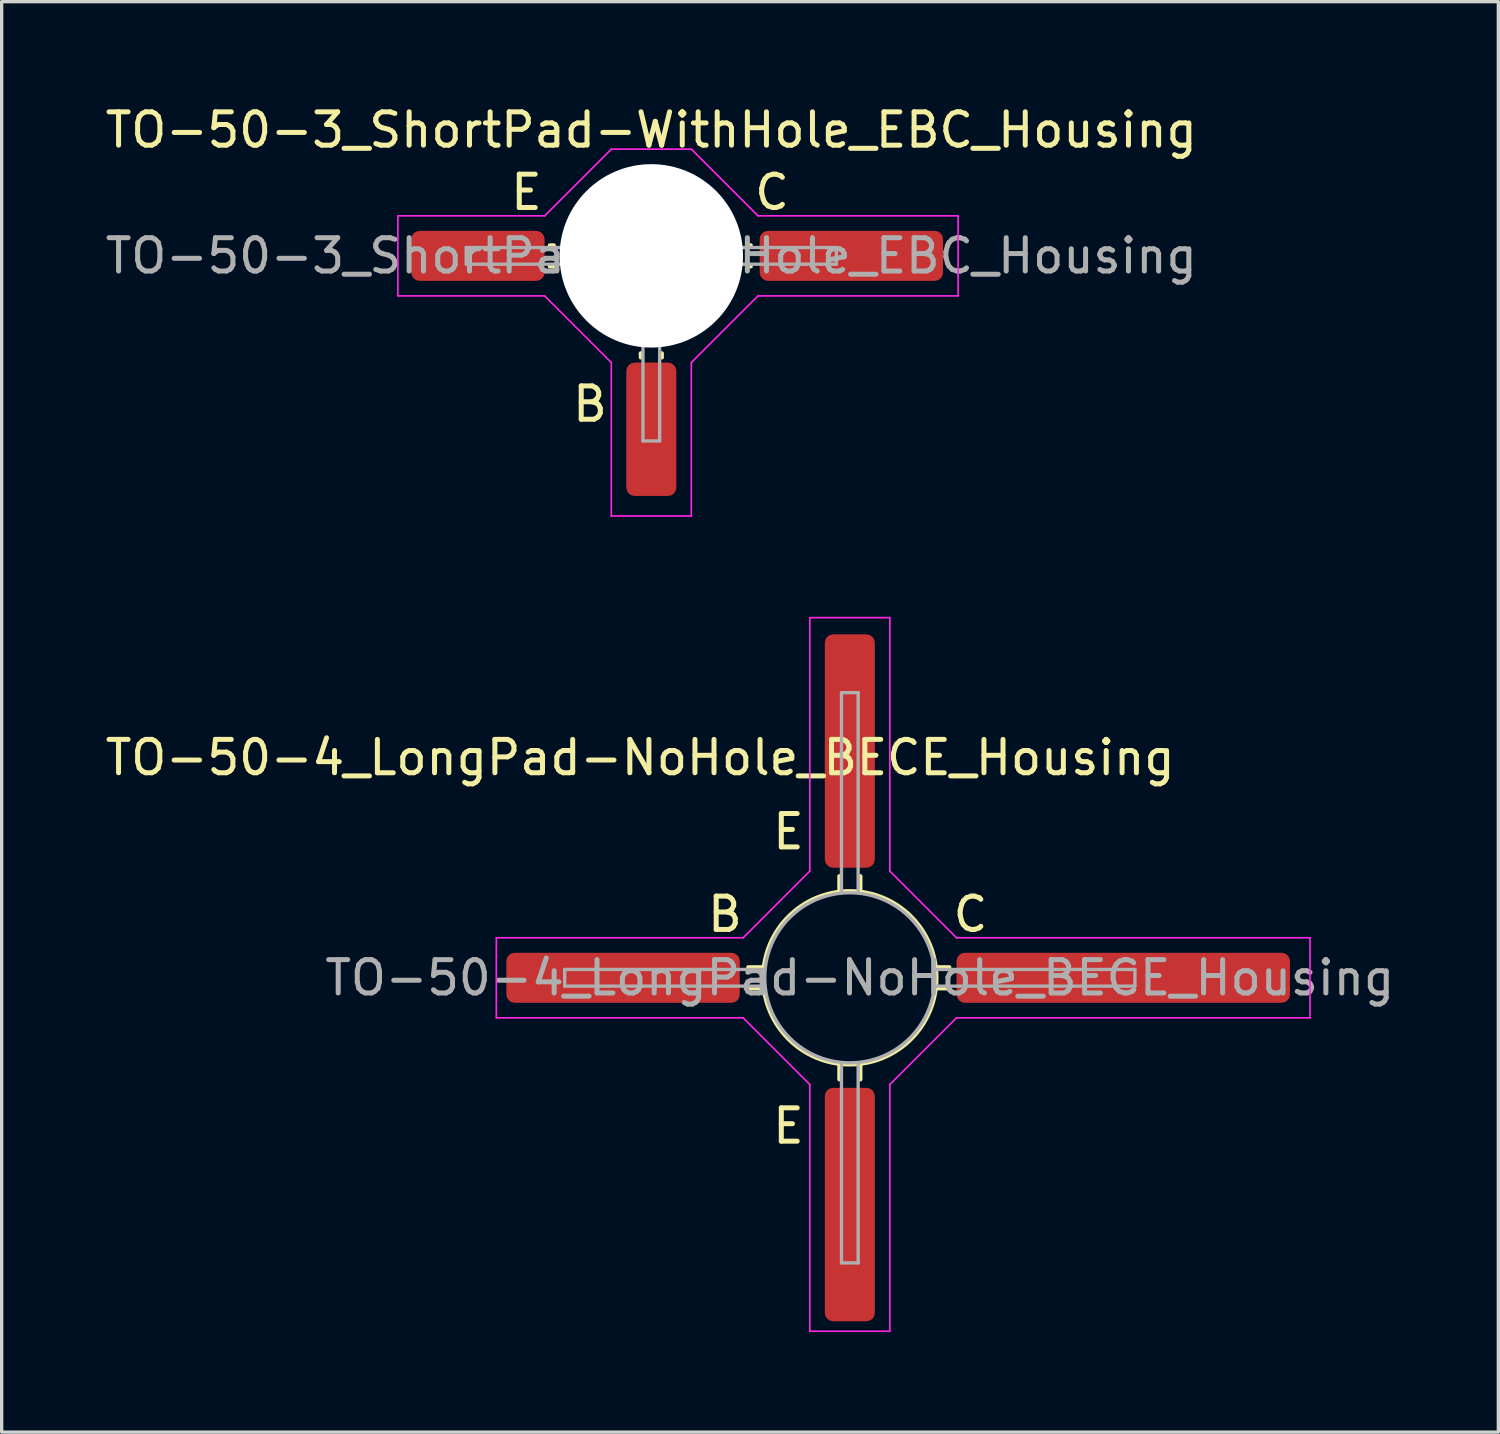
<source format=kicad_pcb>
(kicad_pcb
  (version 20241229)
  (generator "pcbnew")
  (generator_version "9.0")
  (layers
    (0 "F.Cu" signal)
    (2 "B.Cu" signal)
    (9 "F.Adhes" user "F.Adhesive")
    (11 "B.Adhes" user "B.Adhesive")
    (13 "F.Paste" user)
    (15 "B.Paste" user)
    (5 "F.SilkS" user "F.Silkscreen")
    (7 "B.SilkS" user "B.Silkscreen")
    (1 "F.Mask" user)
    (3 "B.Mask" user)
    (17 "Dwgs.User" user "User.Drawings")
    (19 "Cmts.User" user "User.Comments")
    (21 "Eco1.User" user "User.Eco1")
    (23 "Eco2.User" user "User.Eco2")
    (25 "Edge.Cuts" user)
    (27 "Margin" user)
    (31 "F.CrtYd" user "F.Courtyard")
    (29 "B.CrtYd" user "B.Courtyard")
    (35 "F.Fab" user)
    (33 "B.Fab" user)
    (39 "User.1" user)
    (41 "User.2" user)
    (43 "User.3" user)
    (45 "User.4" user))
  (footprint "TO-50-4_LongPad-NoHole_BECE_Housing"
    (layer "F.Cu")
    (at 22.435 26.273)
    (property "Reference" "TO-50-4_LongPad-NoHole_BECE_Housing" (at -6.287 -6.604 0) (layer "F.SilkS") (effects (font (size 1 1) (thickness 0.15))))
    (attr smd)
    (fp_line (start -2.602 -0.318) (end -3.046 -0.318) (stroke (width 0.12) (type solid)) (layer "F.SilkS"))
    (fp_line (start -2.602 0.318) (end -3.046 0.318) (stroke (width 0.12) (type solid)) (layer "F.SilkS"))
    (fp_line (start -0.316 -3.048) (end -0.316 -2.603) (stroke (width 0.12) (type solid)) (layer "F.SilkS"))
    (fp_line (start -0.316 2.603) (end -0.316 3.048) (stroke (width 0.12) (type solid)) (layer "F.SilkS"))
    (fp_line (start 0.319 -3.048) (end 0.319 -2.603) (stroke (width 0.12) (type solid)) (layer "F.SilkS"))
    (fp_line (start 0.319 2.603) (end 0.319 3.048) (stroke (width 0.12) (type solid)) (layer "F.SilkS"))
    (fp_line (start 2.603 -0.318) (end 2.985 -0.318) (stroke (width 0.12) (type solid)) (layer "F.SilkS"))
    (fp_line (start 2.603 0.318) (end 2.985 0.318) (stroke (width 0.12) (type solid)) (layer "F.SilkS"))
    (fp_circle (center 0 0) (end 0 -2.6) (stroke (width 0.12) (type solid)) (fill no) (layer "F.SilkS"))
    (fp_line (start -10.6 -1.2) (end -3.2 -1.2) (stroke (width 0.05) (type solid)) (layer "F.CrtYd"))
    (fp_line (start -10.6 1.2) (end -10.6 -1.2) (stroke (width 0.05) (type solid)) (layer "F.CrtYd"))
    (fp_line (start -3.2 -1.2) (end -1.2 -3.2) (stroke (width 0.05) (type solid)) (layer "F.CrtYd"))
    (fp_line (start -3.2 1.2) (end -10.6 1.2) (stroke (width 0.05) (type solid)) (layer "F.CrtYd"))
    (fp_line (start -1.2 -10.8) (end 1.2 -10.8) (stroke (width 0.05) (type solid)) (layer "F.CrtYd"))
    (fp_line (start -1.2 -3.2) (end -1.2 -10.8) (stroke (width 0.05) (type solid)) (layer "F.CrtYd"))
    (fp_line (start -1.2 3.2) (end -3.2 1.2) (stroke (width 0.05) (type solid)) (layer "F.CrtYd"))
    (fp_line (start -1.2 10.6) (end -1.2 3.2) (stroke (width 0.05) (type solid)) (layer "F.CrtYd"))
    (fp_line (start 1.2 -10.8) (end 1.2 -3.2) (stroke (width 0.05) (type solid)) (layer "F.CrtYd"))
    (fp_line (start 1.2 -3.2) (end 3.2 -1.2) (stroke (width 0.05) (type solid)) (layer "F.CrtYd"))
    (fp_line (start 1.2 3.2) (end 1.2 10.6) (stroke (width 0.05) (type solid)) (layer "F.CrtYd"))
    (fp_line (start 1.2 10.6) (end -1.2 10.6) (stroke (width 0.05) (type solid)) (layer "F.CrtYd"))
    (fp_line (start 3.2 -1.2) (end 13.8 -1.2) (stroke (width 0.05) (type solid)) (layer "F.CrtYd"))
    (fp_line (start 3.2 1.2) (end 1.2 3.2) (stroke (width 0.05) (type solid)) (layer "F.CrtYd"))
    (fp_line (start 13.8 -1.2) (end 13.8 1.2) (stroke (width 0.05) (type solid)) (layer "F.CrtYd"))
    (fp_line (start 13.8 1.2) (end 3.2 1.2) (stroke (width 0.05) (type solid)) (layer "F.CrtYd"))
    (fp_line (start -8.55 -0.25) (end -8.55 0.25) (stroke (width 0.1) (type solid)) (layer "F.Fab"))
    (fp_line (start -8.55 0.25) (end -2.55 0.25) (stroke (width 0.1) (type solid)) (layer "F.Fab"))
    (fp_line (start -2.55 -0.25) (end -8.55 -0.25) (stroke (width 0.1) (type solid)) (layer "F.Fab"))
    (fp_line (start -0.25 -8.55) (end -0.25 -2.55) (stroke (width 0.1) (type solid)) (layer "F.Fab"))
    (fp_line (start -0.25 2.55) (end -0.25 8.55) (stroke (width 0.1) (type solid)) (layer "F.Fab"))
    (fp_line (start -0.25 8.55) (end 0.25 8.55) (stroke (width 0.1) (type solid)) (layer "F.Fab"))
    (fp_line (start 0.25 -8.55) (end -0.25 -8.55) (stroke (width 0.1) (type solid)) (layer "F.Fab"))
    (fp_line (start 0.25 -2.55) (end 0.25 -8.55) (stroke (width 0.1) (type solid)) (layer "F.Fab"))
    (fp_line (start 0.25 8.55) (end 0.25 2.55) (stroke (width 0.1) (type solid)) (layer "F.Fab"))
    (fp_line (start 2.55 0.25) (end 8.55 0.25) (stroke (width 0.1) (type solid)) (layer "F.Fab"))
    (fp_line (start 8.55 -0.25) (end 2.55 -0.25) (stroke (width 0.1) (type solid)) (layer "F.Fab"))
    (fp_line (start 8.55 0.25) (end 8.55 -0.25) (stroke (width 0.1) (type solid)) (layer "F.Fab"))
    (fp_circle (center 0 0) (end 0.05 -2.55) (stroke (width 0.1) (type solid)) (fill no) (layer "F.Fab"))
    (fp_text user "E" (at -1.84 -4.381 0) (layer "F.SilkS") (effects (font (size 1 1) (thickness 0.15))))
    (fp_text user "C" (at 3.619 -1.905 0) (layer "F.SilkS") (effects (font (size 1 1) (thickness 0.15))))
    (fp_text user "E" (at -1.84 4.445 0) (layer "F.SilkS") (effects (font (size 1 1) (thickness 0.15))))
    (fp_text user "B" (at -3.745 -1.905 0) (layer "F.SilkS") (effects (font (size 1 1) (thickness 0.15))))
    (fp_text user "${REFERENCE}" (at 0.3 0 0) (layer "F.Fab") (effects (font (size 1 1) (thickness 0.15))))
    (pad "1" smd roundrect (at -6.8 0 270) (size 1.5 7) (layers "F.Cu" "F.Mask" "F.Paste") (roundrect_rratio 0.167))
    (pad "2" smd roundrect (at 0 6.8 270) (size 7 1.5) (layers "F.Cu" "F.Mask" "F.Paste") (roundrect_rratio 0.167))
    (pad "3" smd roundrect (at 8.2 0 270) (size 1.5 10) (layers "F.Cu" "F.Mask" "F.Paste") (roundrect_rratio 0.167))
    (pad "4" smd roundrect (at 0 -6.8 270) (size 7 1.5) (layers "F.Cu" "F.Mask" "F.Paste") (roundrect_rratio 0.167)))
  (footprint "TO-50-3_ShortPad-WithHole_EBC_Housing"
    (layer "F.Cu")
    (at 16.882 7.223)
    (property "Reference" "TO-50-3_ShortPad-WithHole_EBC_Housing" (at -0.4 -6.375 0) (layer "F.SilkS") (effects (font (size 1 1) (thickness 0.15))))
    (attr smd)
    (fp_line (start -3.321 -2.917) (end -3.446 -2.917) (stroke (width 0.12) (type solid)) (layer "F.SilkS"))
    (fp_line (start -3.321 -2.283) (end -3.446 -2.283) (stroke (width 0.12) (type solid)) (layer "F.SilkS"))
    (fp_line (start -0.718 0.321) (end -0.716 0.448) (stroke (width 0.12) (type solid)) (layer "F.SilkS"))
    (fp_line (start -0.083 0.321) (end -0.081 0.448) (stroke (width 0.12) (type solid)) (layer "F.SilkS"))
    (fp_line (start 2.521 -2.917) (end 2.584 -2.917) (stroke (width 0.12) (type solid)) (layer "F.SilkS"))
    (fp_line (start 2.521 -2.283) (end 2.584 -2.283) (stroke (width 0.12) (type solid)) (layer "F.SilkS"))
    (fp_line (start -8 -1.4) (end -8 -3.8) (stroke (width 0.05) (type solid)) (layer "F.CrtYd"))
    (fp_line (start -8 -1.4) (end -3.6 -1.4) (stroke (width 0.05) (type solid)) (layer "F.CrtYd"))
    (fp_line (start -3.6 -3.8) (end -8 -3.8) (stroke (width 0.05) (type solid)) (layer "F.CrtYd"))
    (fp_line (start -3.6 -3.8) (end -1.6 -5.8) (stroke (width 0.05) (type solid)) (layer "F.CrtYd"))
    (fp_line (start -1.6 -5.8) (end 0.8 -5.8) (stroke (width 0.05) (type solid)) (layer "F.CrtYd"))
    (fp_line (start -1.6 0.6) (end -3.6 -1.4) (stroke (width 0.05) (type solid)) (layer "F.CrtYd"))
    (fp_line (start -1.6 5.2) (end -1.6 0.6) (stroke (width 0.05) (type solid)) (layer "F.CrtYd"))
    (fp_line (start 0.8 -5.8) (end 2.8 -3.8) (stroke (width 0.05) (type solid)) (layer "F.CrtYd"))
    (fp_line (start 0.8 0.6) (end 0.8 5.2) (stroke (width 0.05) (type solid)) (layer "F.CrtYd"))
    (fp_line (start 0.8 5.2) (end -1.6 5.2) (stroke (width 0.05) (type solid)) (layer "F.CrtYd"))
    (fp_line (start 2.8 -3.8) (end 8.8 -3.8) (stroke (width 0.05) (type solid)) (layer "F.CrtYd"))
    (fp_line (start 2.8 -1.4) (end 0.8 0.6) (stroke (width 0.05) (type solid)) (layer "F.CrtYd"))
    (fp_line (start 8.8 -3.8) (end 8.8 -1.4) (stroke (width 0.05) (type solid)) (layer "F.CrtYd"))
    (fp_line (start 8.8 -1.4) (end 2.8 -1.4) (stroke (width 0.05) (type solid)) (layer "F.CrtYd"))
    (fp_line (start -5.95 -2.85) (end -5.95 -2.35) (stroke (width 0.1) (type solid)) (layer "F.Fab"))
    (fp_line (start -5.95 -2.35) (end -2.95 -2.35) (stroke (width 0.1) (type solid)) (layer "F.Fab"))
    (fp_line (start -2.95 -2.85) (end -5.95 -2.85) (stroke (width 0.1) (type solid)) (layer "F.Fab"))
    (fp_line (start -0.65 -0.05) (end -0.65 2.95) (stroke (width 0.1) (type solid)) (layer "F.Fab"))
    (fp_line (start -0.65 2.95) (end -0.15 2.95) (stroke (width 0.1) (type solid)) (layer "F.Fab"))
    (fp_line (start -0.15 2.95) (end -0.15 -0.05) (stroke (width 0.1) (type solid)) (layer "F.Fab"))
    (fp_line (start 2.15 -2.35) (end 5.15 -2.35) (stroke (width 0.1) (type solid)) (layer "F.Fab"))
    (fp_line (start 5.15 -2.85) (end 2.15 -2.85) (stroke (width 0.1) (type solid)) (layer "F.Fab"))
    (fp_line (start 5.15 -2.35) (end 5.15 -2.85) (stroke (width 0.1) (type solid)) (layer "F.Fab"))
    (fp_circle (center -0.4 -2.6) (end -0.35 -5.15) (stroke (width 0.1) (type solid)) (fill no) (layer "F.Fab"))
    (fp_text user "B" (at -2.24 1.845 0) (layer "F.SilkS") (effects (font (size 1 1) (thickness 0.15))))
    (fp_text user "E" (at -4.145 -4.505 0) (layer "F.SilkS") (effects (font (size 1 1) (thickness 0.15))))
    (fp_text user "C" (at 3.22 -4.505 0) (layer "F.SilkS") (effects (font (size 1 1) (thickness 0.15))))
    (fp_text user "${REFERENCE}" (at -0.4 -2.6 0) (layer "F.Fab") (effects (font (size 1 1) (thickness 0.15))))
    (pad "" np_thru_hole circle (at -0.4 -2.6 270) (size 5.5 5.5) (drill 5.5) (layers "*.Cu" "*.Mask"))
    (pad "1" smd roundrect (at -5.6 -2.6 270) (size 1.5 4) (layers "F.Cu" "F.Mask" "F.Paste") (roundrect_rratio 0.167))
    (pad "2" smd roundrect (at -0.4 2.6 270) (size 4 1.5) (layers "F.Cu" "F.Mask" "F.Paste") (roundrect_rratio 0.167))
    (pad "3" smd roundrect (at 5.6 -2.6 270) (size 1.5 5.5) (layers "F.Cu" "F.Mask" "F.Paste") (roundrect_rratio 0.167)))
  (gr_rect
    (start -3 -3)
    (end 41.884 39.898)
    (stroke (width 0.1) (type default))
    (fill no)
    (layer "Edge.Cuts")))
</source>
